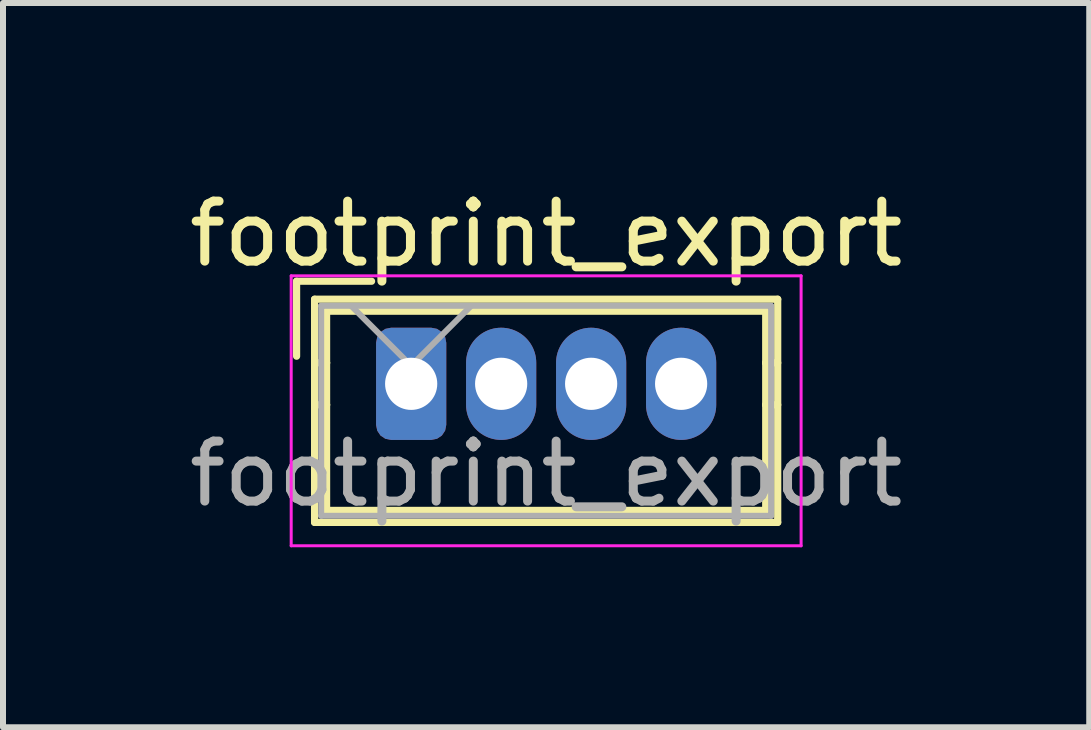
<source format=kicad_pcb>
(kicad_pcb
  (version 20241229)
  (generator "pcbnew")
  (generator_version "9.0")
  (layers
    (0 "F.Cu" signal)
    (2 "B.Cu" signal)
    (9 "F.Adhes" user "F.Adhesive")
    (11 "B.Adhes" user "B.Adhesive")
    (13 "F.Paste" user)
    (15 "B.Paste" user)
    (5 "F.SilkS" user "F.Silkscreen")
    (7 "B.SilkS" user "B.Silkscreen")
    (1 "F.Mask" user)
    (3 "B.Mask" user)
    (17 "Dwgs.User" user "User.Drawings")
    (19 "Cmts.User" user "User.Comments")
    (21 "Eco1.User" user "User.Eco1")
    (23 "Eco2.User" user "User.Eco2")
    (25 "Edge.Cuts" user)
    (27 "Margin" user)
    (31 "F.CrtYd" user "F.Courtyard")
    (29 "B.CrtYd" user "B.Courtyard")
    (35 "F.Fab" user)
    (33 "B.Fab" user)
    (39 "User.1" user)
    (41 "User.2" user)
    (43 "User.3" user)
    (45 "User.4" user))
  (footprint "footprint_export"
    (layer "F.Cu")
    (at 3.804 3.348)
    (property "Reference" "footprint_export" (at 2.25 -2.5 0) (layer "F.SilkS") (effects (font (size 1 1) (thickness 0.15))))
    (attr through_hole)
    (fp_line (start -1.91 -1.71) (end -1.91 -0.46) (stroke (width 0.12) (type solid)) (layer "F.SilkS"))
    (fp_line (start -1.61 -1.41) (end -1.61 2.31) (stroke (width 0.12) (type solid)) (layer "F.SilkS"))
    (fp_line (start -1.61 -0.35) (end -1.41 -0.35) (stroke (width 0.12) (type solid)) (layer "F.SilkS"))
    (fp_line (start -1.61 2.31) (end 6.11 2.31) (stroke (width 0.12) (type solid)) (layer "F.SilkS"))
    (fp_line (start -1.41 -1.21) (end 5.91 -1.21) (stroke (width 0.12) (type solid)) (layer "F.SilkS"))
    (fp_line (start -1.41 -0.35) (end -1.41 -1.21) (stroke (width 0.12) (type solid)) (layer "F.SilkS"))
    (fp_line (start -1.41 -0.35) (end -1.41 0.35) (stroke (width 0.12) (type solid)) (layer "F.SilkS"))
    (fp_line (start -1.41 0.35) (end -1.61 0.35) (stroke (width 0.12) (type solid)) (layer "F.SilkS"))
    (fp_line (start -1.41 0.35) (end -1.41 2.11) (stroke (width 0.12) (type solid)) (layer "F.SilkS"))
    (fp_line (start -1.41 2.11) (end 5.91 2.11) (stroke (width 0.12) (type solid)) (layer "F.SilkS"))
    (fp_line (start -0.66 -1.71) (end -1.91 -1.71) (stroke (width 0.12) (type solid)) (layer "F.SilkS"))
    (fp_line (start 5.91 -1.21) (end 5.91 -0.35) (stroke (width 0.12) (type solid)) (layer "F.SilkS"))
    (fp_line (start 5.91 -0.35) (end 5.91 0.35) (stroke (width 0.12) (type solid)) (layer "F.SilkS"))
    (fp_line (start 5.91 -0.35) (end 6.11 -0.35) (stroke (width 0.12) (type solid)) (layer "F.SilkS"))
    (fp_line (start 5.91 0.35) (end 6.11 0.35) (stroke (width 0.12) (type solid)) (layer "F.SilkS"))
    (fp_line (start 5.91 2.11) (end 5.91 0.35) (stroke (width 0.12) (type solid)) (layer "F.SilkS"))
    (fp_line (start 6.11 -1.41) (end -1.61 -1.41) (stroke (width 0.12) (type solid)) (layer "F.SilkS"))
    (fp_line (start 6.11 2.31) (end 6.11 -1.41) (stroke (width 0.12) (type solid)) (layer "F.SilkS"))
    (fp_line (start -2 -1.8) (end -2 2.7) (stroke (width 0.05) (type solid)) (layer "F.CrtYd"))
    (fp_line (start -2 2.7) (end 6.5 2.7) (stroke (width 0.05) (type solid)) (layer "F.CrtYd"))
    (fp_line (start 6.5 -1.8) (end -2 -1.8) (stroke (width 0.05) (type solid)) (layer "F.CrtYd"))
    (fp_line (start 6.5 2.7) (end 6.5 -1.8) (stroke (width 0.05) (type solid)) (layer "F.CrtYd"))
    (fp_line (start -1.5 -1.3) (end -1.5 2.2) (stroke (width 0.1) (type solid)) (layer "F.Fab"))
    (fp_line (start -1.5 2.2) (end 6 2.2) (stroke (width 0.1) (type solid)) (layer "F.Fab"))
    (fp_line (start -1 -1.3) (end 0 -0.3) (stroke (width 0.1) (type solid)) (layer "F.Fab"))
    (fp_line (start 0 -0.3) (end 1 -1.3) (stroke (width 0.1) (type solid)) (layer "F.Fab"))
    (fp_line (start 6 -1.3) (end -1.5 -1.3) (stroke (width 0.1) (type solid)) (layer "F.Fab"))
    (fp_line (start 6 2.2) (end 6 -1.3) (stroke (width 0.1) (type solid)) (layer "F.Fab"))
    (fp_text user "${REFERENCE}" (at 2.25 1.5 0) (layer "F.Fab") (effects (font (size 1 1) (thickness 0.15))))
    (pad "1" thru_hole roundrect (at 0 0) (size 1.17 1.87) (drill 0.87) (layers "*.Cu" "*.Mask") (roundrect_rratio 0.214))
    (pad "2" thru_hole oval (at 1.5 0) (size 1.17 1.87) (drill 0.87) (layers "*.Cu" "*.Mask"))
    (pad "3" thru_hole oval (at 3 0) (size 1.17 1.87) (drill 0.87) (layers "*.Cu" "*.Mask"))
    (pad "4" thru_hole oval (at 4.5 0) (size 1.17 1.87) (drill 0.87) (layers "*.Cu" "*.Mask")))
  (gr_rect
    (start -3 -3)
    (end 15.107 9.073)
    (stroke (width 0.1) (type default))
    (fill no)
    (layer "Edge.Cuts")))
</source>
